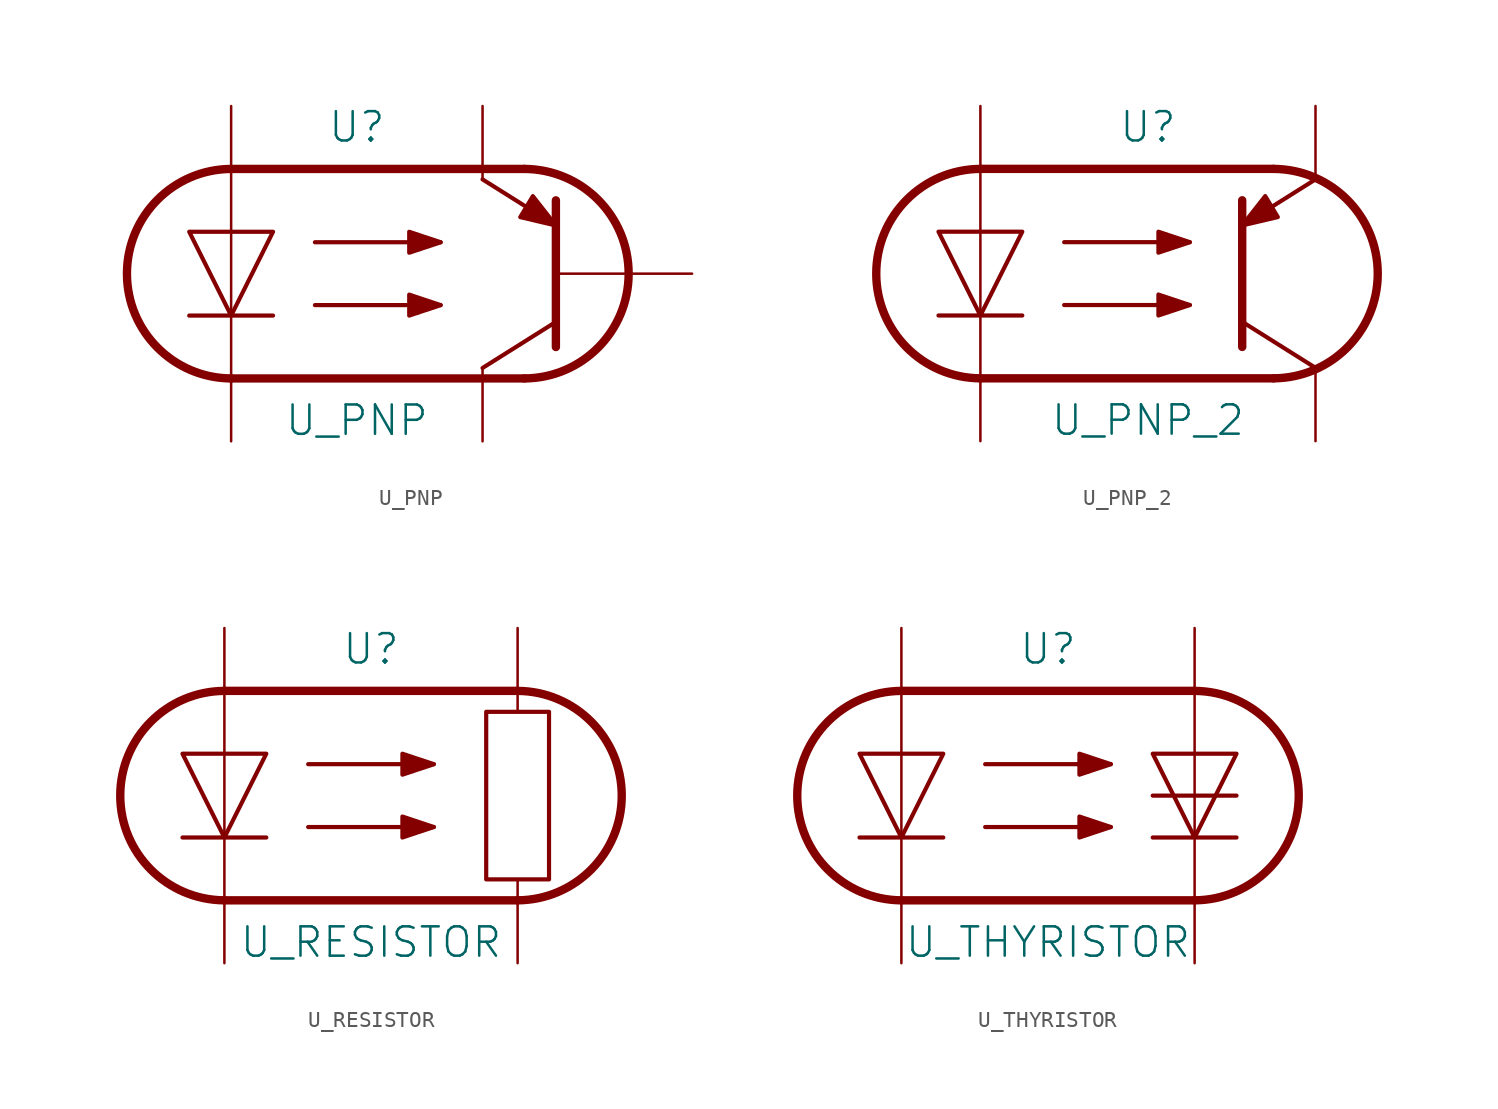
<source format=kicad_sym>
(kicad_symbol_lib
  (version 20211014)
  (generator kicad_symbol_editor)
  (symbol "U_PNP"
    (pin_names
      (offset 0))
    (property "Reference" "U"
      (at -1.27 8.89 0)
      (effects (font (size 1.778 1.778))))
    (property "Value" "U_PNP"
      (at -1.27 -8.89 0)
      (effects (font (size 1.778 1.778))))
    (symbol "U_PNP_0_1"
      (polyline (pts (xy -8.89 -6.35) (xy 8.89 -6.35)) (stroke (width 0.508) (type default) (color 0 0 0 0)) (fill (type none)))
      (polyline (pts (xy -8.89 6.35) (xy 8.89 6.35)) (stroke (width 0.508) (type default) (color 0 0 0 0)) (fill (type none)))
      (polyline (pts (xy -8.89 10.16) (xy -8.89 -10.16)) (stroke (width 0) (type default) (color 0 0 0 0)) (fill (type none)))
      (polyline (pts (xy -3.81 -1.905) (xy 3.81 -1.905)) (stroke (width 0.254) (type default) (color 0 0 0 0)) (fill (type none)))
      (polyline (pts (xy -3.81 1.905) (xy 3.81 1.905)) (stroke (width 0.254) (type default) (color 0 0 0 0)) (fill (type none)))
      (polyline (pts (xy 6.35 -5.715) (xy 6.35 -10.16)) (stroke (width 0) (type default) (color 0 0 0 0)) (fill (type none)))
      (polyline (pts (xy 6.35 5.715) (xy 10.795 2.921)) (stroke (width 0.254) (type default) (color 0 0 0 0)) (fill (type none)))
      (polyline (pts (xy 6.35 10.16) (xy 6.35 5.715)) (stroke (width 0) (type default) (color 0 0 0 0)) (fill (type none)))
      (polyline (pts (xy 10.795 -2.921) (xy 6.35 -5.715)) (stroke (width 0.254) (type default) (color 0 0 0 0)) (fill (type none)))
      (polyline (pts (xy 10.795 4.445) (xy 10.795 -4.445)) (stroke (width 0.508) (type default) (color 0 0 0 0)) (fill (type none)))
      (polyline (pts (xy 19.05 0) (xy 10.795 0)) (stroke (width 0) (type default) (color 0 0 0 0)) (fill (type none)))
      (polyline (pts (xy 1.905 -2.54) (xy 3.81 -1.905) (xy 1.905 -1.27) (xy 1.905 -2.54)) (stroke (width 0.254) (type default) (color 0 0 0 0)) (fill (type outline)))
      (polyline (pts (xy 1.905 1.27) (xy 3.81 1.905) (xy 1.905 2.54) (xy 1.905 1.27)) (stroke (width 0.254) (type default) (color 0 0 0 0)) (fill (type outline)))
      (polyline (pts (xy 10.795 2.921) (xy 8.636 3.429) (xy 9.398 4.699) (xy 10.795 2.921)) (stroke (width 0.254) (type default) (color 0 0 0 0)) (fill (type outline)))
      (polyline (pts (xy -11.43 -2.54) (xy -8.89 -2.54) (xy -11.43 2.54) (xy -6.35 2.54) (xy -8.89 -2.54) (xy -6.35 -2.54)) (stroke (width 0.254) (type default) (color 0 0 0 0)) (fill (type none)))
      (arc (start 8.89 -6.35) (mid 15.24 0) (end 8.89 6.35) (stroke (width 0.508) (type default) (color 0 0 0 0)) (fill (type none))))
    (symbol "U_PNP_1_1"
      (arc (start -8.89 6.35) (mid -15.24 0) (end -8.89 -6.35) (stroke (width 0.508) (type default) (color 0 0 0 0)) (fill (type none)))
      (pin passive line (at -8.89 10.16 270) (length 2.54) hide (name "A" (effects (font (size 1.27 1.27)))) (number "1" (effects (font (size 1.27 1.27)))))
      (pin passive line (at -8.89 -10.16 90) (length 2.54) hide (name "C" (effects (font (size 1.27 1.27)))) (number "2" (effects (font (size 1.27 1.27)))))
      (pin passive line (at 6.35 10.16 270) (length 2.54) hide (name "E" (effects (font (size 1.27 1.27)))) (number "3" (effects (font (size 1.27 1.27)))))
      (pin passive line (at 19.05 0 180) (length 2.54) hide (name "B" (effects (font (size 1.27 1.27)))) (number "4" (effects (font (size 1.27 1.27)))))
      (pin passive line (at 6.35 -10.16 90) (length 2.54) hide (name "C" (effects (font (size 1.27 1.27)))) (number "5" (effects (font (size 1.27 1.27)))))))
  (symbol "U_PNP_2"
    (pin_names
      (offset 0))
    (property "Reference" "U"
      (at 1.27 8.89 0)
      (effects (font (size 1.778 1.778))))
    (property "Value" "U_PNP_2"
      (at 1.27 -8.89 0)
      (effects (font (size 1.778 1.778))))
    (symbol "U_PNP_2_0_1"
      (arc (start -8.89 6.35) (mid -15.24 0) (end -8.89 -6.35) (stroke (width 0.508) (type default) (color 0 0 0 0)) (fill (type none)))
      (polyline (pts (xy -8.89 -6.35) (xy 8.89 -6.35)) (stroke (width 0.508) (type default) (color 0 0 0 0)) (fill (type none)))
      (polyline (pts (xy -8.89 6.35) (xy 8.89 6.35)) (stroke (width 0.508) (type default) (color 0 0 0 0)) (fill (type none)))
      (polyline (pts (xy -8.89 10.16) (xy -8.89 -10.16)) (stroke (width 0) (type default) (color 0 0 0 0)) (fill (type none)))
      (polyline (pts (xy -3.81 -1.905) (xy 3.81 -1.905)) (stroke (width 0.254) (type default) (color 0 0 0 0)) (fill (type none)))
      (polyline (pts (xy -3.81 1.905) (xy 3.81 1.905)) (stroke (width 0.254) (type default) (color 0 0 0 0)) (fill (type none)))
      (polyline (pts (xy 6.985 4.445) (xy 6.985 -4.445)) (stroke (width 0.508) (type default) (color 0 0 0 0)) (fill (type none)))
      (polyline (pts (xy 11.43 -10.16) (xy 11.43 -5.715)) (stroke (width 0) (type default) (color 0 0 0 0)) (fill (type none)))
      (polyline (pts (xy 11.43 -5.715) (xy 6.985 -2.921)) (stroke (width 0.254) (type default) (color 0 0 0 0)) (fill (type none)))
      (polyline (pts (xy 11.43 5.715) (xy 6.985 2.921)) (stroke (width 0.254) (type default) (color 0 0 0 0)) (fill (type none)))
      (polyline (pts (xy 11.43 10.16) (xy 11.43 5.715)) (stroke (width 0) (type default) (color 0 0 0 0)) (fill (type none)))
      (polyline (pts (xy 1.905 -2.54) (xy 3.81 -1.905) (xy 1.905 -1.27) (xy 1.905 -2.54)) (stroke (width 0.254) (type default) (color 0 0 0 0)) (fill (type outline)))
      (polyline (pts (xy 1.905 1.27) (xy 3.81 1.905) (xy 1.905 2.54) (xy 1.905 1.27)) (stroke (width 0.254) (type default) (color 0 0 0 0)) (fill (type outline)))
      (polyline (pts (xy 6.985 2.921) (xy 9.144 3.429) (xy 8.382 4.699) (xy 6.985 2.921)) (stroke (width 0.254) (type default) (color 0 0 0 0)) (fill (type outline)))
      (polyline (pts (xy -11.43 -2.54) (xy -8.89 -2.54) (xy -11.43 2.54) (xy -6.35 2.54) (xy -8.89 -2.54) (xy -6.35 -2.54)) (stroke (width 0.254) (type default) (color 0 0 0 0)) (fill (type none)))
      (arc (start 8.89 -6.35) (mid 15.24 0) (end 8.89 6.35) (stroke (width 0.508) (type default) (color 0 0 0 0)) (fill (type none))))
    (symbol "U_PNP_2_1_1"
      (pin passive line (at -8.89 10.16 270) (length 2.54) hide (name "A" (effects (font (size 1.27 1.27)))) (number "1" (effects (font (size 1.27 1.27)))))
      (pin passive line (at -8.89 -10.16 90) (length 2.54) hide (name "C" (effects (font (size 1.27 1.27)))) (number "2" (effects (font (size 1.27 1.27)))))
      (pin passive line (at 11.43 10.16 270) (length 2.54) hide (name "E" (effects (font (size 1.27 1.27)))) (number "3" (effects (font (size 1.27 1.27)))))
      (pin passive line (at 11.43 -10.16 90) (length 2.54) hide (name "C" (effects (font (size 1.27 1.27)))) (number "4" (effects (font (size 1.27 1.27)))))))
  (symbol "U_RESISTOR"
    (pin_names
      (offset 0))
    (property "Reference" "U"
      (at 0 8.89 0)
      (effects (font (size 1.778 1.778))))
    (property "Value" "U_RESISTOR"
      (at 0 -8.89 0)
      (effects (font (size 1.778 1.778))))
    (symbol "U_RESISTOR_0_1"
      (arc (start -8.89 6.35) (mid -15.24 0) (end -8.89 -6.35) (stroke (width 0.508) (type default) (color 0 0 0 0)) (fill (type none)))
      (polyline (pts (xy -8.89 -6.35) (xy 8.89 -6.35)) (stroke (width 0.508) (type default) (color 0 0 0 0)) (fill (type none)))
      (polyline (pts (xy -8.89 6.35) (xy 8.89 6.35)) (stroke (width 0.508) (type default) (color 0 0 0 0)) (fill (type none)))
      (polyline (pts (xy -8.89 10.16) (xy -8.89 -10.16)) (stroke (width 0) (type default) (color 0 0 0 0)) (fill (type none)))
      (polyline (pts (xy -3.81 -1.905) (xy 3.81 -1.905)) (stroke (width 0.254) (type default) (color 0 0 0 0)) (fill (type none)))
      (polyline (pts (xy -3.81 1.905) (xy 3.81 1.905)) (stroke (width 0.254) (type default) (color 0 0 0 0)) (fill (type none)))
      (polyline (pts (xy 8.89 -5.08) (xy 8.89 -10.16)) (stroke (width 0) (type default) (color 0 0 0 0)) (fill (type none)))
      (polyline (pts (xy 8.89 10.16) (xy 8.89 5.08)) (stroke (width 0) (type default) (color 0 0 0 0)) (fill (type none)))
      (polyline (pts (xy 1.905 -2.54) (xy 3.81 -1.905) (xy 1.905 -1.27) (xy 1.905 -2.54)) (stroke (width 0.254) (type default) (color 0 0 0 0)) (fill (type outline)))
      (polyline (pts (xy 1.905 1.27) (xy 3.81 1.905) (xy 1.905 2.54) (xy 1.905 1.27)) (stroke (width 0.254) (type default) (color 0 0 0 0)) (fill (type outline)))
      (polyline (pts (xy -11.43 -2.54) (xy -8.89 -2.54) (xy -11.43 2.54) (xy -6.35 2.54) (xy -8.89 -2.54) (xy -6.35 -2.54)) (stroke (width 0.254) (type default) (color 0 0 0 0)) (fill (type none)))
      (arc (start 8.89 -6.35) (mid 15.24 0) (end 8.89 6.35) (stroke (width 0.508) (type default) (color 0 0 0 0)) (fill (type none)))
      (rectangle (start 10.795 -5.08) (end 6.985 5.08) (stroke (width 0.254) (type default) (color 0 0 0 0)) (fill (type none))))
    (symbol "U_RESISTOR_1_1"
      (pin passive line (at -8.89 10.16 270) (length 2.54) hide (name "A" (effects (font (size 1.27 1.27)))) (number "1" (effects (font (size 1.27 1.27)))))
      (pin passive line (at -8.89 -10.16 90) (length 2.54) hide (name "C" (effects (font (size 1.27 1.27)))) (number "2" (effects (font (size 1.27 1.27)))))
      (pin passive line (at 8.89 10.16 270) (length 2.54) hide (name "~" (effects (font (size 1.27 1.27)))) (number "3" (effects (font (size 1.27 1.27)))))
      (pin passive line (at 8.89 -10.16 90) (length 2.54) hide (name "~" (effects (font (size 1.27 1.27)))) (number "4" (effects (font (size 1.27 1.27)))))))
  (symbol "U_THYRISTOR"
    (pin_names
      (offset 0))
    (property "Reference" "U"
      (at 0 8.89 0)
      (effects (font (size 1.778 1.778))))
    (property "Value" "U_THYRISTOR"
      (at 0 -8.89 0)
      (effects (font (size 1.778 1.778))))
    (symbol "U_THYRISTOR_0_1"
      (arc (start -8.89 6.35) (mid -15.24 0) (end -8.89 -6.35) (stroke (width 0.508) (type default) (color 0 0 0 0)) (fill (type none)))
      (polyline (pts (xy -8.89 -6.35) (xy 8.89 -6.35)) (stroke (width 0.508) (type default) (color 0 0 0 0)) (fill (type none)))
      (polyline (pts (xy -8.89 6.35) (xy 8.89 6.35)) (stroke (width 0.508) (type default) (color 0 0 0 0)) (fill (type none)))
      (polyline (pts (xy -8.89 10.16) (xy -8.89 -10.16)) (stroke (width 0) (type default) (color 0 0 0 0)) (fill (type none)))
      (polyline (pts (xy -3.81 -1.905) (xy 3.81 -1.905)) (stroke (width 0.254) (type default) (color 0 0 0 0)) (fill (type none)))
      (polyline (pts (xy -3.81 1.905) (xy 3.81 1.905)) (stroke (width 0.254) (type default) (color 0 0 0 0)) (fill (type none)))
      (polyline (pts (xy 6.35 0) (xy 11.43 0)) (stroke (width 0.254) (type default) (color 0 0 0 0)) (fill (type none)))
      (polyline (pts (xy 8.89 10.16) (xy 8.89 -10.16)) (stroke (width 0) (type default) (color 0 0 0 0)) (fill (type none)))
      (polyline (pts (xy 1.905 -2.54) (xy 3.81 -1.905) (xy 1.905 -1.27) (xy 1.905 -2.54)) (stroke (width 0.254) (type default) (color 0 0 0 0)) (fill (type outline)))
      (polyline (pts (xy 1.905 1.27) (xy 3.81 1.905) (xy 1.905 2.54) (xy 1.905 1.27)) (stroke (width 0.254) (type default) (color 0 0 0 0)) (fill (type outline)))
      (polyline (pts (xy -11.43 -2.54) (xy -8.89 -2.54) (xy -11.43 2.54) (xy -6.35 2.54) (xy -8.89 -2.54) (xy -6.35 -2.54)) (stroke (width 0.254) (type default) (color 0 0 0 0)) (fill (type none)))
      (polyline (pts (xy 6.35 -2.54) (xy 8.89 -2.54) (xy 6.35 2.54) (xy 11.43 2.54) (xy 8.89 -2.54) (xy 11.43 -2.54)) (stroke (width 0.254) (type default) (color 0 0 0 0)) (fill (type none)))
      (arc (start 8.89 -6.35) (mid 15.24 0) (end 8.89 6.35) (stroke (width 0.508) (type default) (color 0 0 0 0)) (fill (type none))))
    (symbol "U_THYRISTOR_1_1"
      (pin passive line (at -8.89 10.16 270) (length 2.54) hide (name "A" (effects (font (size 1.27 1.27)))) (number "1" (effects (font (size 1.27 1.27)))))
      (pin passive line (at -8.89 -10.16 90) (length 2.54) hide (name "C" (effects (font (size 1.27 1.27)))) (number "2" (effects (font (size 1.27 1.27)))))
      (pin passive line (at 8.89 10.16 270) (length 2.54) hide (name "A" (effects (font (size 1.27 1.27)))) (number "3" (effects (font (size 1.27 1.27)))))
      (pin passive line (at 8.89 -10.16 90) (length 2.54) hide (name "C" (effects (font (size 1.27 1.27)))) (number "4" (effects (font (size 1.27 1.27))))))))
</source>
